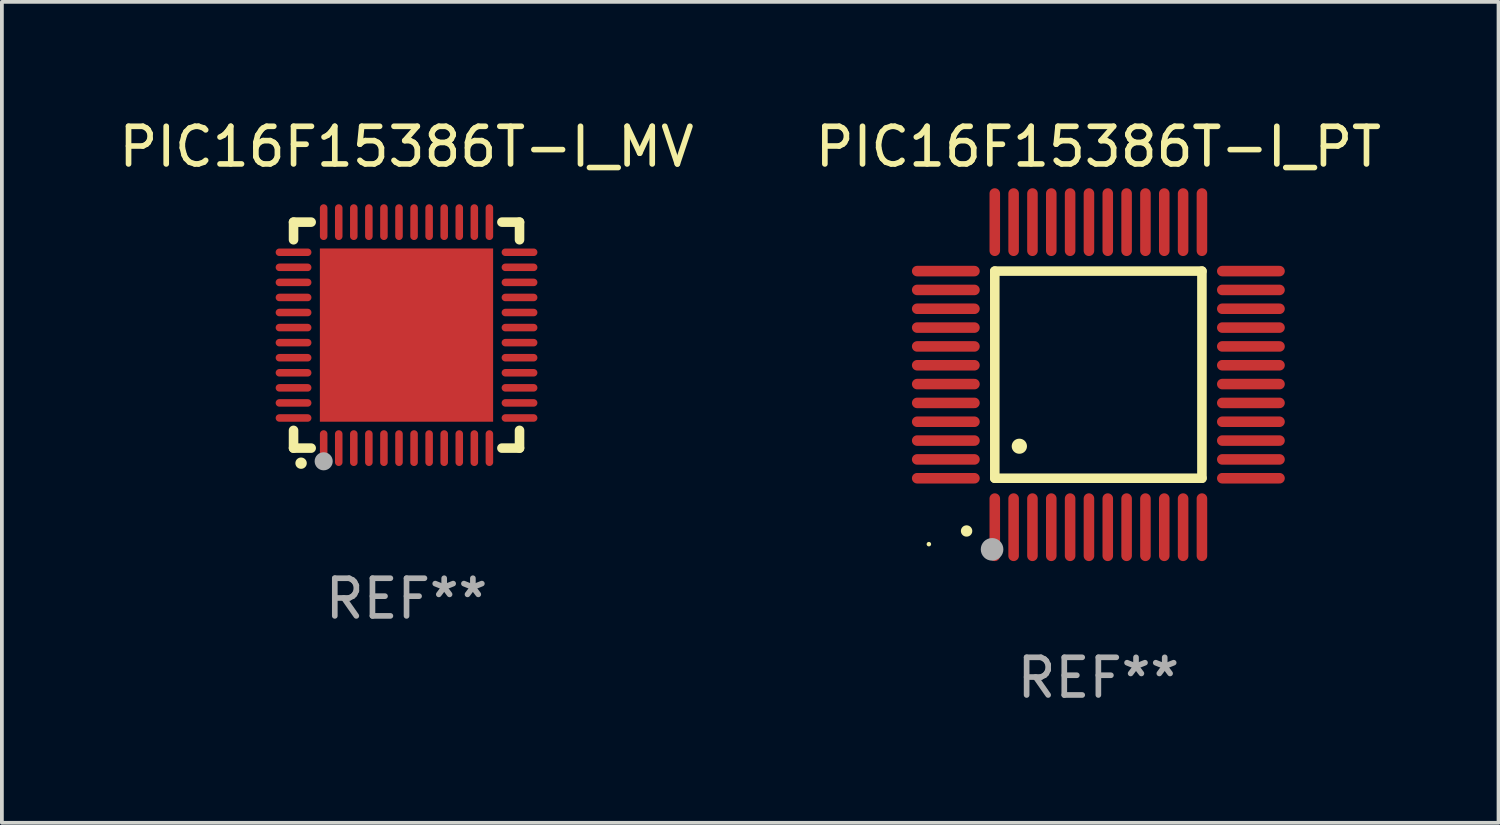
<source format=kicad_pcb>
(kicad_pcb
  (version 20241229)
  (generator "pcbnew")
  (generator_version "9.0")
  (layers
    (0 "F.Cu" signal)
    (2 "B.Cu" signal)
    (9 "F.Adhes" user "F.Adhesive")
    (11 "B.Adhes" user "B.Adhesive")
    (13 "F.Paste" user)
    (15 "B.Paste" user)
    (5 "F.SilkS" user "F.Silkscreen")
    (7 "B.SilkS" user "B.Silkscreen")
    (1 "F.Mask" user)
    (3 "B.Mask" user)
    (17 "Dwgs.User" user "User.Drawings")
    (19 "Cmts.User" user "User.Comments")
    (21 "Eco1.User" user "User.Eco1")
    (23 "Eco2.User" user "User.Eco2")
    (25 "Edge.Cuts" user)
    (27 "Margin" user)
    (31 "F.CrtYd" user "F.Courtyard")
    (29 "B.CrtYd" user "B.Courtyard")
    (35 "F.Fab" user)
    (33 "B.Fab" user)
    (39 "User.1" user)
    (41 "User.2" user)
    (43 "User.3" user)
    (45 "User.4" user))
  (footprint "PIC16F15386T-I_PT"
    (layer "F.Cu")
    (at 26.113 6.898)
    (property "Reference" "PIC16F15386T-I_PT" (at 0 -6.05 0) (layer "F.SilkS") (effects (font (size 1 1) (thickness 0.15))))
    (attr through_hole)
    (fp_line (start -2.75 -2.75) (end 2.75 -2.75) (stroke (width 0.254) (type solid)) (layer "F.SilkS"))
    (fp_line (start -2.75 2.75) (end -2.75 -2.75) (stroke (width 0.254) (type solid)) (layer "F.SilkS"))
    (fp_line (start 2.75 -2.75) (end 2.75 2.75) (stroke (width 0.254) (type solid)) (layer "F.SilkS"))
    (fp_line (start 2.75 2.75) (end -2.75 2.75) (stroke (width 0.254) (type solid)) (layer "F.SilkS"))
    (fp_arc (start -3.500127 4.150368) (mid -3.498857 4.150363) (end -3.497587 4.150368) (stroke (width 0.3) (type solid)) (layer "F.SilkS"))
    (fp_arc (start -2.100584 1.899924) (mid -2.098044 1.899908) (end -2.095504 1.899924) (stroke (width 0.4) (type solid)) (layer "F.SilkS"))
    (fp_circle (center -4.5 4.5) (end -4.47 4.5) (stroke (width 0.06) (type solid)) (fill no) (layer "F.SilkS"))
    (fp_circle (center -2.822 4.638) (end -2.672 4.638) (stroke (width 0.3) (type solid)) (fill no) (layer "F.Fab"))
    (fp_text user "REF**" (at 0 8.05 0) (layer "F.Fab") (effects (font (size 1 1) (thickness 0.15))))
    (pad "1" smd oval (at -2.75 4.05) (size 0.28 1.8) (layers "F.Cu" "F.Mask" "F.Paste"))
    (pad "2" smd oval (at -2.25 4.05) (size 0.28 1.8) (layers "F.Cu" "F.Mask" "F.Paste"))
    (pad "3" smd oval (at -1.75 4.05) (size 0.28 1.8) (layers "F.Cu" "F.Mask" "F.Paste"))
    (pad "4" smd oval (at -1.25 4.05) (size 0.28 1.8) (layers "F.Cu" "F.Mask" "F.Paste"))
    (pad "5" smd oval (at -0.75 4.05) (size 0.28 1.8) (layers "F.Cu" "F.Mask" "F.Paste"))
    (pad "6" smd oval (at -0.25 4.05) (size 0.28 1.8) (layers "F.Cu" "F.Mask" "F.Paste"))
    (pad "7" smd oval (at 0.25 4.05) (size 0.28 1.8) (layers "F.Cu" "F.Mask" "F.Paste"))
    (pad "8" smd oval (at 0.75 4.05) (size 0.28 1.8) (layers "F.Cu" "F.Mask" "F.Paste"))
    (pad "9" smd oval (at 1.25 4.05) (size 0.28 1.8) (layers "F.Cu" "F.Mask" "F.Paste"))
    (pad "10" smd oval (at 1.75 4.05) (size 0.28 1.8) (layers "F.Cu" "F.Mask" "F.Paste"))
    (pad "11" smd oval (at 2.25 4.05) (size 0.28 1.8) (layers "F.Cu" "F.Mask" "F.Paste"))
    (pad "12" smd oval (at 2.75 4.05) (size 0.28 1.8) (layers "F.Cu" "F.Mask" "F.Paste"))
    (pad "13" smd oval (at 4.05 2.75) (size 1.8 0.28) (layers "F.Cu" "F.Mask" "F.Paste"))
    (pad "14" smd oval (at 4.05 2.25) (size 1.8 0.28) (layers "F.Cu" "F.Mask" "F.Paste"))
    (pad "15" smd oval (at 4.05 1.75) (size 1.8 0.28) (layers "F.Cu" "F.Mask" "F.Paste"))
    (pad "16" smd oval (at 4.05 1.25) (size 1.8 0.28) (layers "F.Cu" "F.Mask" "F.Paste"))
    (pad "17" smd oval (at 4.05 0.75) (size 1.8 0.28) (layers "F.Cu" "F.Mask" "F.Paste"))
    (pad "18" smd oval (at 4.05 0.25) (size 1.8 0.28) (layers "F.Cu" "F.Mask" "F.Paste"))
    (pad "19" smd oval (at 4.05 -0.25) (size 1.8 0.28) (layers "F.Cu" "F.Mask" "F.Paste"))
    (pad "20" smd oval (at 4.05 -0.75) (size 1.8 0.28) (layers "F.Cu" "F.Mask" "F.Paste"))
    (pad "21" smd oval (at 4.05 -1.25) (size 1.8 0.28) (layers "F.Cu" "F.Mask" "F.Paste"))
    (pad "22" smd oval (at 4.05 -1.75) (size 1.8 0.28) (layers "F.Cu" "F.Mask" "F.Paste"))
    (pad "23" smd oval (at 4.05 -2.25) (size 1.8 0.28) (layers "F.Cu" "F.Mask" "F.Paste"))
    (pad "24" smd oval (at 4.05 -2.75) (size 1.8 0.28) (layers "F.Cu" "F.Mask" "F.Paste"))
    (pad "25" smd oval (at 2.75 -4.05) (size 0.28 1.8) (layers "F.Cu" "F.Mask" "F.Paste"))
    (pad "26" smd oval (at 2.25 -4.05) (size 0.28 1.8) (layers "F.Cu" "F.Mask" "F.Paste"))
    (pad "27" smd oval (at 1.75 -4.05) (size 0.28 1.8) (layers "F.Cu" "F.Mask" "F.Paste"))
    (pad "28" smd oval (at 1.25 -4.05) (size 0.28 1.8) (layers "F.Cu" "F.Mask" "F.Paste"))
    (pad "29" smd oval (at 0.75 -4.05) (size 0.28 1.8) (layers "F.Cu" "F.Mask" "F.Paste"))
    (pad "30" smd oval (at 0.25 -4.05) (size 0.28 1.8) (layers "F.Cu" "F.Mask" "F.Paste"))
    (pad "31" smd oval (at -0.25 -4.05) (size 0.28 1.8) (layers "F.Cu" "F.Mask" "F.Paste"))
    (pad "32" smd oval (at -0.75 -4.05) (size 0.28 1.8) (layers "F.Cu" "F.Mask" "F.Paste"))
    (pad "33" smd oval (at -1.25 -4.05) (size 0.28 1.8) (layers "F.Cu" "F.Mask" "F.Paste"))
    (pad "34" smd oval (at -1.75 -4.05) (size 0.28 1.8) (layers "F.Cu" "F.Mask" "F.Paste"))
    (pad "35" smd oval (at -2.25 -4.05) (size 0.28 1.8) (layers "F.Cu" "F.Mask" "F.Paste"))
    (pad "36" smd oval (at -2.75 -4.05) (size 0.28 1.8) (layers "F.Cu" "F.Mask" "F.Paste"))
    (pad "37" smd oval (at -4.05 -2.75) (size 1.8 0.28) (layers "F.Cu" "F.Mask" "F.Paste"))
    (pad "38" smd oval (at -4.05 -2.25) (size 1.8 0.28) (layers "F.Cu" "F.Mask" "F.Paste"))
    (pad "39" smd oval (at -4.05 -1.75) (size 1.8 0.28) (layers "F.Cu" "F.Mask" "F.Paste"))
    (pad "40" smd oval (at -4.05 -1.25) (size 1.8 0.28) (layers "F.Cu" "F.Mask" "F.Paste"))
    (pad "41" smd oval (at -4.05 -0.75) (size 1.8 0.28) (layers "F.Cu" "F.Mask" "F.Paste"))
    (pad "42" smd oval (at -4.05 -0.25) (size 1.8 0.28) (layers "F.Cu" "F.Mask" "F.Paste"))
    (pad "43" smd oval (at -4.05 0.25) (size 1.8 0.28) (layers "F.Cu" "F.Mask" "F.Paste"))
    (pad "44" smd oval (at -4.05 0.75) (size 1.8 0.28) (layers "F.Cu" "F.Mask" "F.Paste"))
    (pad "45" smd oval (at -4.05 1.25) (size 1.8 0.28) (layers "F.Cu" "F.Mask" "F.Paste"))
    (pad "46" smd oval (at -4.05 1.75) (size 1.8 0.28) (layers "F.Cu" "F.Mask" "F.Paste"))
    (pad "47" smd oval (at -4.05 2.25) (size 1.8 0.28) (layers "F.Cu" "F.Mask" "F.Paste"))
    (pad "48" smd oval (at -4.05 2.75) (size 1.8 0.28) (layers "F.Cu" "F.Mask" "F.Paste")))
  (footprint "PIC16F15386T-I_MV"
    (layer "F.Cu")
    (at 7.744 5.848)
    (property "Reference" "PIC16F15386T-I_MV" (at 0 -5 0) (layer "F.SilkS") (effects (font (size 1 1) (thickness 0.15))))
    (attr through_hole)
    (fp_line (start -3 -3) (end -2.532 -3) (stroke (width 0.254) (type solid)) (layer "F.SilkS"))
    (fp_line (start -3 -2.532) (end -3 -3) (stroke (width 0.254) (type solid)) (layer "F.SilkS"))
    (fp_line (start -3 3) (end -3 2.529) (stroke (width 0.254) (type solid)) (layer "F.SilkS"))
    (fp_line (start -2.532 3) (end -3 3) (stroke (width 0.254) (type solid)) (layer "F.SilkS"))
    (fp_line (start 2.532 -3) (end 3 -3) (stroke (width 0.254) (type solid)) (layer "F.SilkS"))
    (fp_line (start 3 -3) (end 3 -2.532) (stroke (width 0.254) (type solid)) (layer "F.SilkS"))
    (fp_line (start 3 2.529) (end 3 3) (stroke (width 0.254) (type solid)) (layer "F.SilkS"))
    (fp_line (start 3 3) (end 2.532 3) (stroke (width 0.254) (type solid)) (layer "F.SilkS"))
    (fp_arc (start -2.801295 3.400025) (mid -2.800025 3.40002) (end -2.798755 3.400025) (stroke (width 0.3) (type solid)) (layer "F.SilkS"))
    (fp_circle (center -3 3) (end -2.97 3) (stroke (width 0.06) (type solid)) (fill no) (layer "F.SilkS"))
    (fp_circle (center -2.2 3.35) (end -2.08 3.35) (stroke (width 0.24) (type solid)) (fill no) (layer "F.Fab"))
    (fp_text user "REF**" (at 0 7 0) (layer "F.Fab") (effects (font (size 1 1) (thickness 0.15))))
    (pad "1" smd oval (at -2.2 3) (size 0.2 0.95) (layers "F.Cu" "F.Mask" "F.Paste"))
    (pad "2" smd oval (at -1.8 3) (size 0.2 0.95) (layers "F.Cu" "F.Mask" "F.Paste"))
    (pad "3" smd oval (at -1.4 3) (size 0.2 0.95) (layers "F.Cu" "F.Mask" "F.Paste"))
    (pad "4" smd oval (at -1 3) (size 0.2 0.95) (layers "F.Cu" "F.Mask" "F.Paste"))
    (pad "5" smd oval (at -0.6 3) (size 0.2 0.95) (layers "F.Cu" "F.Mask" "F.Paste"))
    (pad "6" smd oval (at -0.2 3) (size 0.2 0.95) (layers "F.Cu" "F.Mask" "F.Paste"))
    (pad "7" smd oval (at 0.2 3) (size 0.2 0.95) (layers "F.Cu" "F.Mask" "F.Paste"))
    (pad "8" smd oval (at 0.6 3) (size 0.2 0.95) (layers "F.Cu" "F.Mask" "F.Paste"))
    (pad "9" smd oval (at 1 3) (size 0.2 0.95) (layers "F.Cu" "F.Mask" "F.Paste"))
    (pad "10" smd oval (at 1.4 3) (size 0.2 0.95) (layers "F.Cu" "F.Mask" "F.Paste"))
    (pad "11" smd oval (at 1.8 3) (size 0.2 0.95) (layers "F.Cu" "F.Mask" "F.Paste"))
    (pad "12" smd oval (at 2.2 3) (size 0.2 0.95) (layers "F.Cu" "F.Mask" "F.Paste"))
    (pad "13" smd oval (at 3 2.2 90) (size 0.2 0.95) (layers "F.Cu" "F.Mask" "F.Paste"))
    (pad "14" smd oval (at 3 1.8 90) (size 0.2 0.95) (layers "F.Cu" "F.Mask" "F.Paste"))
    (pad "15" smd oval (at 3 1.4 90) (size 0.2 0.95) (layers "F.Cu" "F.Mask" "F.Paste"))
    (pad "16" smd oval (at 3 1 90) (size 0.2 0.95) (layers "F.Cu" "F.Mask" "F.Paste"))
    (pad "17" smd oval (at 3 0.6 90) (size 0.2 0.95) (layers "F.Cu" "F.Mask" "F.Paste"))
    (pad "18" smd oval (at 3 0.2 90) (size 0.2 0.95) (layers "F.Cu" "F.Mask" "F.Paste"))
    (pad "19" smd oval (at 3 -0.2 90) (size 0.2 0.95) (layers "F.Cu" "F.Mask" "F.Paste"))
    (pad "20" smd oval (at 3 -0.6 90) (size 0.2 0.95) (layers "F.Cu" "F.Mask" "F.Paste"))
    (pad "21" smd oval (at 3 -1 90) (size 0.2 0.95) (layers "F.Cu" "F.Mask" "F.Paste"))
    (pad "22" smd oval (at 3 -1.4 90) (size 0.2 0.95) (layers "F.Cu" "F.Mask" "F.Paste"))
    (pad "23" smd oval (at 3 -1.8 90) (size 0.2 0.95) (layers "F.Cu" "F.Mask" "F.Paste"))
    (pad "24" smd oval (at 3 -2.2 90) (size 0.2 0.95) (layers "F.Cu" "F.Mask" "F.Paste"))
    (pad "25" smd oval (at 2.2 -3 180) (size 0.2 0.95) (layers "F.Cu" "F.Mask" "F.Paste"))
    (pad "26" smd oval (at 1.8 -3 180) (size 0.2 0.95) (layers "F.Cu" "F.Mask" "F.Paste"))
    (pad "27" smd oval (at 1.4 -3 180) (size 0.2 0.95) (layers "F.Cu" "F.Mask" "F.Paste"))
    (pad "28" smd oval (at 1 -3 180) (size 0.2 0.95) (layers "F.Cu" "F.Mask" "F.Paste"))
    (pad "29" smd oval (at 0.6 -3 180) (size 0.2 0.95) (layers "F.Cu" "F.Mask" "F.Paste"))
    (pad "30" smd oval (at 0.2 -3 180) (size 0.2 0.95) (layers "F.Cu" "F.Mask" "F.Paste"))
    (pad "31" smd oval (at -0.2 -3 180) (size 0.2 0.95) (layers "F.Cu" "F.Mask" "F.Paste"))
    (pad "32" smd oval (at -0.6 -3 180) (size 0.2 0.95) (layers "F.Cu" "F.Mask" "F.Paste"))
    (pad "33" smd oval (at -1 -3 180) (size 0.2 0.95) (layers "F.Cu" "F.Mask" "F.Paste"))
    (pad "34" smd oval (at -1.4 -3 180) (size 0.2 0.95) (layers "F.Cu" "F.Mask" "F.Paste"))
    (pad "35" smd oval (at -1.8 -3 180) (size 0.2 0.95) (layers "F.Cu" "F.Mask" "F.Paste"))
    (pad "36" smd oval (at -2.2 -3 180) (size 0.2 0.95) (layers "F.Cu" "F.Mask" "F.Paste"))
    (pad "37" smd oval (at -3 -2.2 270) (size 0.2 0.95) (layers "F.Cu" "F.Mask" "F.Paste"))
    (pad "38" smd oval (at -3 -1.8 270) (size 0.2 0.95) (layers "F.Cu" "F.Mask" "F.Paste"))
    (pad "39" smd oval (at -3 -1.4 270) (size 0.2 0.95) (layers "F.Cu" "F.Mask" "F.Paste"))
    (pad "40" smd oval (at -3 -1 270) (size 0.2 0.95) (layers "F.Cu" "F.Mask" "F.Paste"))
    (pad "41" smd oval (at -3 -0.6 270) (size 0.2 0.95) (layers "F.Cu" "F.Mask" "F.Paste"))
    (pad "42" smd oval (at -3 -0.2 270) (size 0.2 0.95) (layers "F.Cu" "F.Mask" "F.Paste"))
    (pad "43" smd oval (at -3 0.2 270) (size 0.2 0.95) (layers "F.Cu" "F.Mask" "F.Paste"))
    (pad "44" smd oval (at -3 0.6 270) (size 0.2 0.95) (layers "F.Cu" "F.Mask" "F.Paste"))
    (pad "45" smd oval (at -3 1 270) (size 0.2 0.95) (layers "F.Cu" "F.Mask" "F.Paste"))
    (pad "46" smd oval (at -3 1.4 270) (size 0.2 0.95) (layers "F.Cu" "F.Mask" "F.Paste"))
    (pad "47" smd oval (at -3 1.8 270) (size 0.2 0.95) (layers "F.Cu" "F.Mask" "F.Paste"))
    (pad "48" smd oval (at -3 2.2 270) (size 0.2 0.95) (layers "F.Cu" "F.Mask" "F.Paste"))
    (pad "49" smd rect (at -0.001 -0.001 180) (size 4.6 4.6) (layers "F.Cu" "F.Mask" "F.Paste")))
  (gr_rect
    (start -3 -3)
    (end 36.738 18.797)
    (stroke (width 0.1) (type default))
    (fill no)
    (layer "Edge.Cuts")))
</source>
